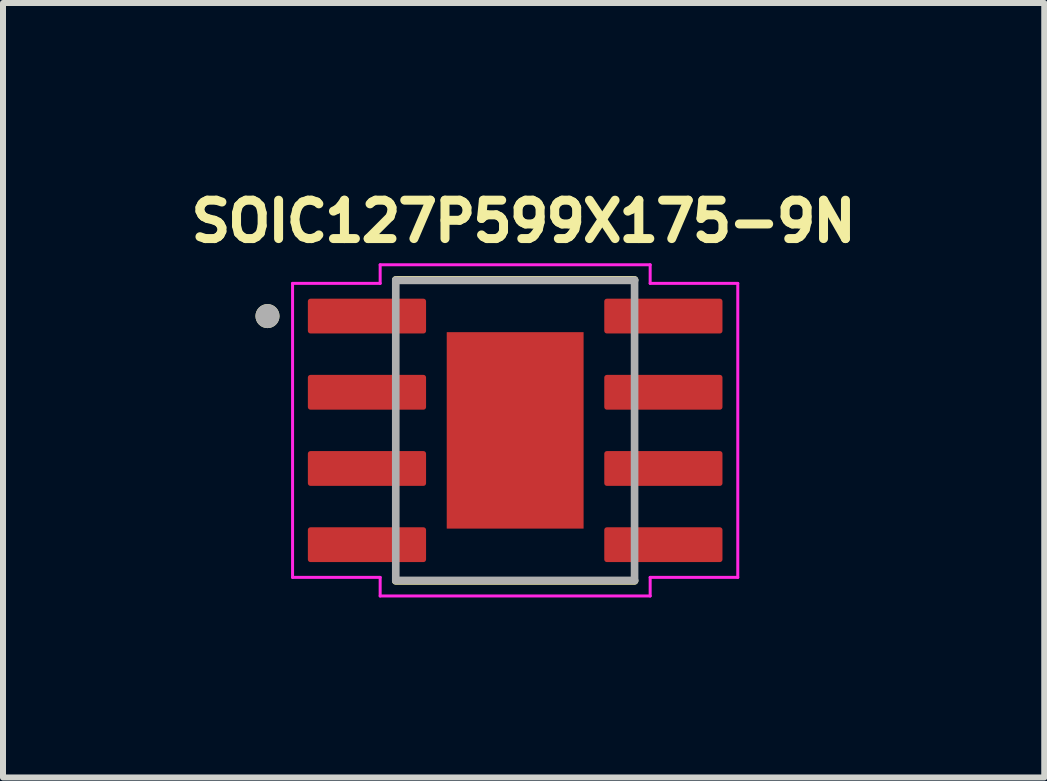
<source format=kicad_pcb>
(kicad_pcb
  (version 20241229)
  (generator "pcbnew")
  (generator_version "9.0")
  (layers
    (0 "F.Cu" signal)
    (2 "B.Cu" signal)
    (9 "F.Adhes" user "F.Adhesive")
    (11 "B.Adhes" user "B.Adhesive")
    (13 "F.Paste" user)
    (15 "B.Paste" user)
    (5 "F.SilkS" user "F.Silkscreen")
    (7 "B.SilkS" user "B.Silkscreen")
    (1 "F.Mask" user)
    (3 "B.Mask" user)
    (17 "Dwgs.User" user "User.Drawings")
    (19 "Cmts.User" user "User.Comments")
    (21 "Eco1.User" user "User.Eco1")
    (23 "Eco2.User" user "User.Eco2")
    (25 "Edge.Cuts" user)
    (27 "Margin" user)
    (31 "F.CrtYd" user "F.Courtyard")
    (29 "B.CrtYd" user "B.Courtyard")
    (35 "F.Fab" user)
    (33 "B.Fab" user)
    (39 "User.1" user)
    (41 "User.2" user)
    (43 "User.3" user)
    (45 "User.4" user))
  (footprint "SOIC127P599X175-9N"
    (layer "F.Cu")
    (at 5.536 4.123)
    (property "Reference" "SOIC127P599X175-9N" (at 0.141 -3.485 0) (layer "F.SilkS") (effects (font (size 0.64 0.64) (thickness 0.15))))
    (attr smd)
    (fp_line (start -1.99 -2.509) (end 1.99 -2.509) (stroke (width 0.127) (type solid)) (layer "F.SilkS"))
    (fp_line (start -1.99 2.509) (end 1.99 2.509) (stroke (width 0.127) (type solid)) (layer "F.SilkS"))
    (fp_circle (center -4.128 -1.905) (end -4.028 -1.905) (stroke (width 0.2) (type solid)) (fill no) (layer "F.SilkS"))
    (fp_poly (pts (xy -0.88 -1.38) (xy -0.13 -1.38) (xy -0.13 -0.13) (xy -0.88 -0.13)) (stroke (width 0.01) (type solid)) (fill yes) (layer "F.Paste"))
    (fp_poly (pts (xy -0.88 0.13) (xy -0.13 0.13) (xy -0.13 1.38) (xy -0.88 1.38)) (stroke (width 0.01) (type solid)) (fill yes) (layer "F.Paste"))
    (fp_poly (pts (xy 0.13 -1.38) (xy 0.88 -1.38) (xy 0.88 -0.13) (xy 0.13 -0.13)) (stroke (width 0.01) (type solid)) (fill yes) (layer "F.Paste"))
    (fp_poly (pts (xy 0.13 0.13) (xy 0.88 0.13) (xy 0.88 1.38) (xy 0.13 1.38)) (stroke (width 0.01) (type solid)) (fill yes) (layer "F.Paste"))
    (fp_line (start -3.71 -2.45) (end -3.71 2.45) (stroke (width 0.05) (type solid)) (layer "F.CrtYd"))
    (fp_line (start -3.71 2.45) (end -2.25 2.45) (stroke (width 0.05) (type solid)) (layer "F.CrtYd"))
    (fp_line (start -2.25 -2.76) (end -2.25 -2.45) (stroke (width 0.05) (type solid)) (layer "F.CrtYd"))
    (fp_line (start -2.25 -2.45) (end -3.71 -2.45) (stroke (width 0.05) (type solid)) (layer "F.CrtYd"))
    (fp_line (start -2.25 2.45) (end -2.25 2.76) (stroke (width 0.05) (type solid)) (layer "F.CrtYd"))
    (fp_line (start -2.25 2.76) (end 2.25 2.76) (stroke (width 0.05) (type solid)) (layer "F.CrtYd"))
    (fp_line (start 2.25 -2.76) (end -2.25 -2.76) (stroke (width 0.05) (type solid)) (layer "F.CrtYd"))
    (fp_line (start 2.25 -2.45) (end 2.25 -2.76) (stroke (width 0.05) (type solid)) (layer "F.CrtYd"))
    (fp_line (start 2.25 2.45) (end 3.71 2.45) (stroke (width 0.05) (type solid)) (layer "F.CrtYd"))
    (fp_line (start 2.25 2.76) (end 2.25 2.45) (stroke (width 0.05) (type solid)) (layer "F.CrtYd"))
    (fp_line (start 3.71 -2.45) (end 2.25 -2.45) (stroke (width 0.05) (type solid)) (layer "F.CrtYd"))
    (fp_line (start 3.71 2.45) (end 3.71 -2.45) (stroke (width 0.05) (type solid)) (layer "F.CrtYd"))
    (fp_line (start -1.99 -2.5) (end -1.99 2.5) (stroke (width 0.127) (type solid)) (layer "F.Fab"))
    (fp_line (start -1.99 -2.5) (end 1.99 -2.5) (stroke (width 0.127) (type solid)) (layer "F.Fab"))
    (fp_line (start -1.99 2.5) (end 1.99 2.5) (stroke (width 0.127) (type solid)) (layer "F.Fab"))
    (fp_line (start 1.99 -2.5) (end 1.99 2.5) (stroke (width 0.127) (type solid)) (layer "F.Fab"))
    (fp_circle (center -4.128 -1.905) (end -4.028 -1.905) (stroke (width 0.2) (type solid)) (fill no) (layer "F.Fab"))
    (pad "1" smd roundrect (at -2.47 -1.905) (size 1.97 0.58) (layers "F.Cu" "F.Mask" "F.Paste") (roundrect_rratio 0.075))
    (pad "2" smd roundrect (at -2.47 -0.635) (size 1.97 0.58) (layers "F.Cu" "F.Mask" "F.Paste") (roundrect_rratio 0.075))
    (pad "3" smd roundrect (at -2.47 0.635) (size 1.97 0.58) (layers "F.Cu" "F.Mask" "F.Paste") (roundrect_rratio 0.075))
    (pad "4" smd roundrect (at -2.47 1.905) (size 1.97 0.58) (layers "F.Cu" "F.Mask" "F.Paste") (roundrect_rratio 0.075))
    (pad "5" smd roundrect (at 2.47 1.905) (size 1.97 0.58) (layers "F.Cu" "F.Mask" "F.Paste") (roundrect_rratio 0.075))
    (pad "6" smd roundrect (at 2.47 0.635) (size 1.97 0.58) (layers "F.Cu" "F.Mask" "F.Paste") (roundrect_rratio 0.075))
    (pad "7" smd roundrect (at 2.47 -0.635) (size 1.97 0.58) (layers "F.Cu" "F.Mask" "F.Paste") (roundrect_rratio 0.075))
    (pad "8" smd roundrect (at 2.47 -1.905) (size 1.97 0.58) (layers "F.Cu" "F.Mask" "F.Paste") (roundrect_rratio 0.075))
    (pad "9" smd rect (at 0 0) (size 2.281 3.274) (layers "F.Cu" "F.Mask")))
  (gr_rect
    (start -3 -3)
    (end 14.354 9.908)
    (stroke (width 0.1) (type default))
    (fill no)
    (layer "Edge.Cuts")))
</source>
